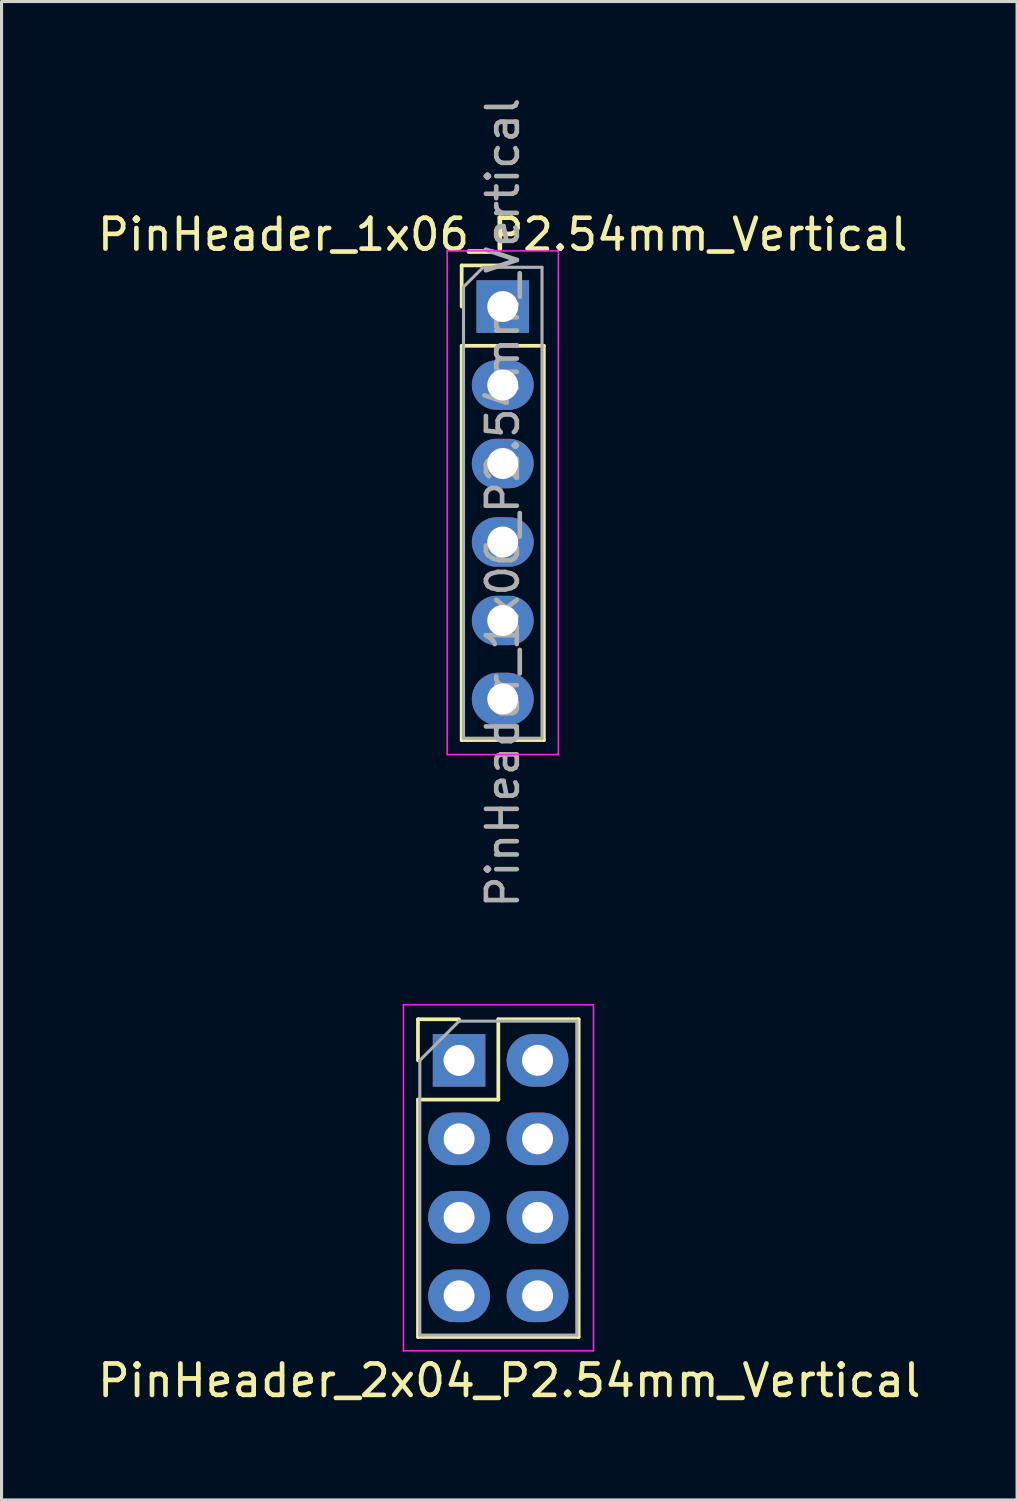
<source format=kicad_pcb>
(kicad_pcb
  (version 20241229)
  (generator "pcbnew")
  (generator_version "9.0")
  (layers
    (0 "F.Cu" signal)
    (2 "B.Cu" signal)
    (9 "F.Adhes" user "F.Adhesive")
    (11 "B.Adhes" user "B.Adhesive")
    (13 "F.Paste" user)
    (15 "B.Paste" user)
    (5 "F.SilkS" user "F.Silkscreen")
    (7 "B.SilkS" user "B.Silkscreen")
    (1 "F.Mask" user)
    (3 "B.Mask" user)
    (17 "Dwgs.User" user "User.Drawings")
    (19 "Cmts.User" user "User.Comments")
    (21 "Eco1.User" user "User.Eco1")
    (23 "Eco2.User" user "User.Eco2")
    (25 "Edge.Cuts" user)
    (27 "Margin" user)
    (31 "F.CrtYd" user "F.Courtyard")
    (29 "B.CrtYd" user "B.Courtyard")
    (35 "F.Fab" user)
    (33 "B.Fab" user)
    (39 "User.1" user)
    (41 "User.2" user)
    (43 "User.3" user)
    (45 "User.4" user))
  (footprint "PinHeader_1x06_P2.54mm_Vertical"
    (layer "F.Cu")
    (at 13.22 6.87)
    (property "Reference" "PinHeader_1x06_P2.54mm_Vertical" (at 0 -2.33 180) (layer "F.SilkS") (effects (font (size 1 1) (thickness 0.15))))
    (attr through_hole)
    (fp_line (start -1.33 -1.33) (end 0 -1.33) (stroke (width 0.12) (type solid)) (layer "F.SilkS"))
    (fp_line (start -1.33 0) (end -1.33 -1.33) (stroke (width 0.12) (type solid)) (layer "F.SilkS"))
    (fp_line (start -1.33 1.27) (end -1.33 14.03) (stroke (width 0.12) (type solid)) (layer "F.SilkS"))
    (fp_line (start -1.33 1.27) (end 1.33 1.27) (stroke (width 0.12) (type solid)) (layer "F.SilkS"))
    (fp_line (start -1.33 14.03) (end 1.33 14.03) (stroke (width 0.12) (type solid)) (layer "F.SilkS"))
    (fp_line (start 1.33 1.27) (end 1.33 14.03) (stroke (width 0.12) (type solid)) (layer "F.SilkS"))
    (fp_line (start -1.8 -1.8) (end -1.8 14.5) (stroke (width 0.05) (type solid)) (layer "F.CrtYd"))
    (fp_line (start -1.8 14.5) (end 1.8 14.5) (stroke (width 0.05) (type solid)) (layer "F.CrtYd"))
    (fp_line (start 1.8 -1.8) (end -1.8 -1.8) (stroke (width 0.05) (type solid)) (layer "F.CrtYd"))
    (fp_line (start 1.8 14.5) (end 1.8 -1.8) (stroke (width 0.05) (type solid)) (layer "F.CrtYd"))
    (fp_line (start -1.27 -0.635) (end -0.635 -1.27) (stroke (width 0.1) (type solid)) (layer "F.Fab"))
    (fp_line (start -1.27 13.97) (end -1.27 -0.635) (stroke (width 0.1) (type solid)) (layer "F.Fab"))
    (fp_line (start -0.635 -1.27) (end 1.27 -1.27) (stroke (width 0.1) (type solid)) (layer "F.Fab"))
    (fp_line (start 1.27 -1.27) (end 1.27 13.97) (stroke (width 0.1) (type solid)) (layer "F.Fab"))
    (fp_line (start 1.27 13.97) (end -1.27 13.97) (stroke (width 0.1) (type solid)) (layer "F.Fab"))
    (fp_text user "${REFERENCE}" (at 0 6.35 90) (layer "F.Fab") (effects (font (size 1 1) (thickness 0.15))))
    (pad "1" thru_hole rect (at 0 0) (size 1.7 1.7) (drill 1) (layers "*.Cu" "*.Mask"))
    (pad "2" thru_hole oval (at 0 2.54) (size 2 1.6) (drill 1) (layers "*.Cu" "*.Mask"))
    (pad "3" thru_hole oval (at 0 5.08) (size 2 1.6) (drill 1) (layers "*.Cu" "*.Mask"))
    (pad "4" thru_hole oval (at 0 7.62) (size 2 1.6) (drill 1) (layers "*.Cu" "*.Mask"))
    (pad "5" thru_hole oval (at 0 10.16) (size 2 1.6) (drill 1) (layers "*.Cu" "*.Mask"))
    (pad "6" thru_hole oval (at 0 12.7) (size 2 1.7) (drill 1) (layers "*.Cu" "*.Mask")))
  (footprint "PinHeader_2x04_P2.54mm_Vertical"
    (layer "F.Cu")
    (at 11.806 31.265)
    (property "Reference" "PinHeader_2x04_P2.54mm_Vertical" (at 1.626 10.363 0) (layer "F.SilkS") (effects (font (size 1.016 1.016) (thickness 0.152))))
    (attr through_hole)
    (fp_line (start -1.33 -1.33) (end 0 -1.33) (stroke (width 0.12) (type solid)) (layer "F.SilkS"))
    (fp_line (start -1.33 0) (end -1.33 -1.33) (stroke (width 0.12) (type solid)) (layer "F.SilkS"))
    (fp_line (start -1.33 1.27) (end -1.33 8.95) (stroke (width 0.12) (type solid)) (layer "F.SilkS"))
    (fp_line (start -1.33 1.27) (end 1.27 1.27) (stroke (width 0.12) (type solid)) (layer "F.SilkS"))
    (fp_line (start -1.33 8.95) (end 3.87 8.95) (stroke (width 0.12) (type solid)) (layer "F.SilkS"))
    (fp_line (start 1.27 -1.33) (end 3.87 -1.33) (stroke (width 0.12) (type solid)) (layer "F.SilkS"))
    (fp_line (start 1.27 1.27) (end 1.27 -1.33) (stroke (width 0.12) (type solid)) (layer "F.SilkS"))
    (fp_line (start 3.87 -1.33) (end 3.87 8.95) (stroke (width 0.12) (type solid)) (layer "F.SilkS"))
    (fp_line (start -1.8 -1.8) (end -1.8 9.4) (stroke (width 0.05) (type solid)) (layer "F.CrtYd"))
    (fp_line (start -1.8 9.4) (end 4.35 9.4) (stroke (width 0.05) (type solid)) (layer "F.CrtYd"))
    (fp_line (start 4.35 -1.8) (end -1.8 -1.8) (stroke (width 0.05) (type solid)) (layer "F.CrtYd"))
    (fp_line (start 4.35 9.4) (end 4.35 -1.8) (stroke (width 0.05) (type solid)) (layer "F.CrtYd"))
    (fp_line (start -1.27 0) (end 0 -1.27) (stroke (width 0.1) (type solid)) (layer "F.Fab"))
    (fp_line (start -1.27 8.89) (end -1.27 0) (stroke (width 0.1) (type solid)) (layer "F.Fab"))
    (fp_line (start 0 -1.27) (end 3.81 -1.27) (stroke (width 0.1) (type solid)) (layer "F.Fab"))
    (fp_line (start 3.81 -1.27) (end 3.81 8.89) (stroke (width 0.1) (type solid)) (layer "F.Fab"))
    (fp_line (start 3.81 8.89) (end -1.27 8.89) (stroke (width 0.1) (type solid)) (layer "F.Fab"))
    (pad "1" thru_hole rect (at 0 0) (size 1.7 1.7) (drill 1) (layers "*.Cu" "*.Mask"))
    (pad "2" thru_hole oval (at 2.54 0) (size 2 1.7) (drill 1) (layers "*.Cu" "*.Mask"))
    (pad "3" thru_hole oval (at 0 2.54) (size 2 1.7) (drill 1) (layers "*.Cu" "*.Mask"))
    (pad "4" thru_hole oval (at 2.54 2.54) (size 2 1.7) (drill 1) (layers "*.Cu" "*.Mask"))
    (pad "5" thru_hole oval (at 0 5.08) (size 2 1.7) (drill 1) (layers "*.Cu" "*.Mask"))
    (pad "6" thru_hole oval (at 2.54 5.08) (size 2 1.7) (drill 1) (layers "*.Cu" "*.Mask"))
    (pad "7" thru_hole oval (at 0 7.62) (size 2 1.7) (drill 1) (layers "*.Cu" "*.Mask"))
    (pad "8" thru_hole oval (at 2.54 7.62) (size 2 1.7) (drill 1) (layers "*.Cu" "*.Mask")))
  (gr_rect
    (start -3 -3)
    (end 29.864 45.49)
    (stroke (width 0.1) (type default))
    (fill no)
    (layer "Edge.Cuts")))
</source>
